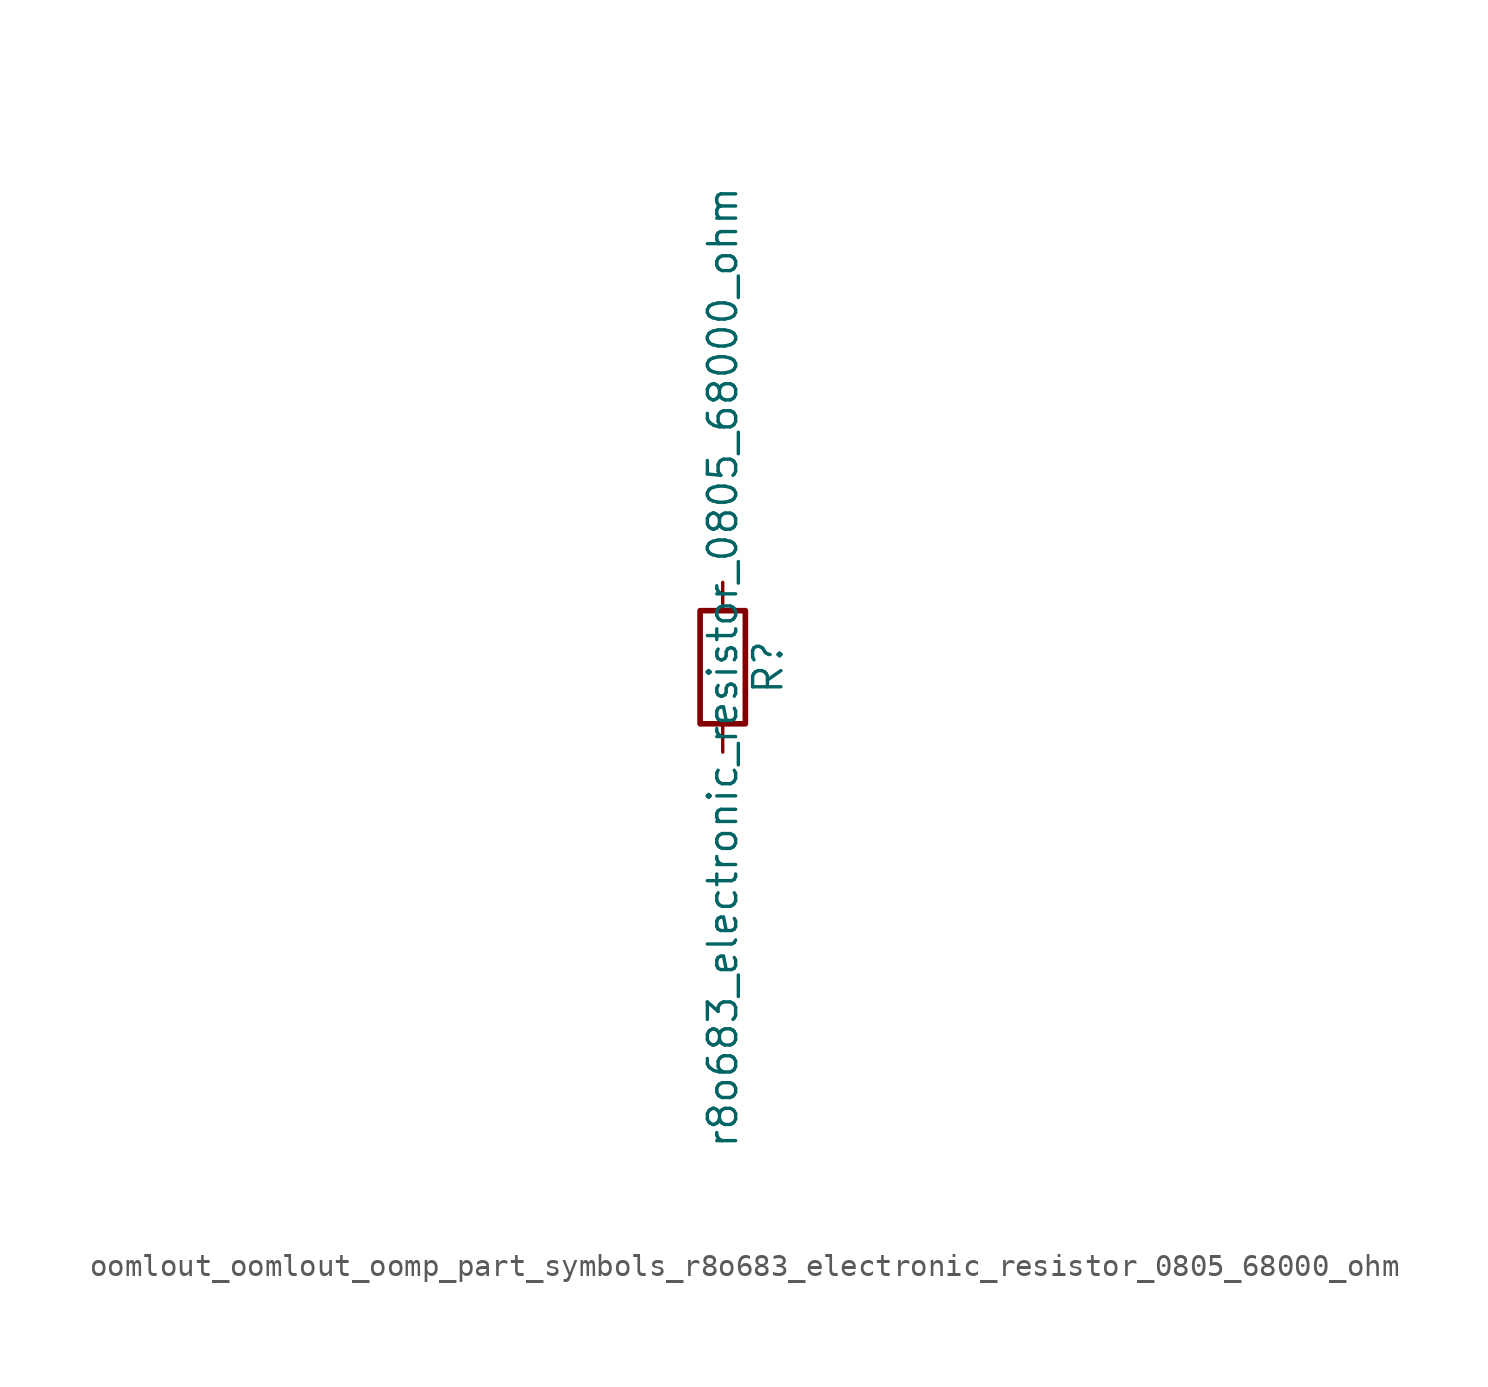
<source format=kicad_sym>
(kicad_symbol_lib
  (version 20220914)
  (generator kicad_symbol_editor)
  (symbol "oomlout_oomlout_oomp_part_symbols_r8o683_electronic_resistor_0805_68000_ohm"
    (pin_numbers hide)
    (pin_names
      (offset 0))
    (property "Reference" "R"
      (at 2.032 0 90)
      (effects (font (size 1.27 1.27))))
    (property "Value" "r8o683_electronic_resistor_0805_68000_ohm"
      (at 0 0 90)
      (effects (font (size 1.27 1.27))))
    (symbol "oomlout_oomlout_oomp_part_symbols_r8o683_electronic_resistor_0805_68000_ohm_0_1"
      (rectangle (start -1.016 -2.54) (end 1.016 2.54) (stroke (width 0.254) (type default)) (fill (type none))))
    (symbol "oomlout_oomlout_oomp_part_symbols_r8o683_electronic_resistor_0805_68000_ohm_1_1"
      (pin passive line (at 0 3.81 270) (length 1.27) (name "~" (effects (font (size 1.27 1.27)))) (number "1" (effects (font (size 1.27 1.27)))))
      (pin passive line (at 0 -3.81 90) (length 1.27) (name "~" (effects (font (size 1.27 1.27)))) (number "2" (effects (font (size 1.27 1.27))))))))
</source>
